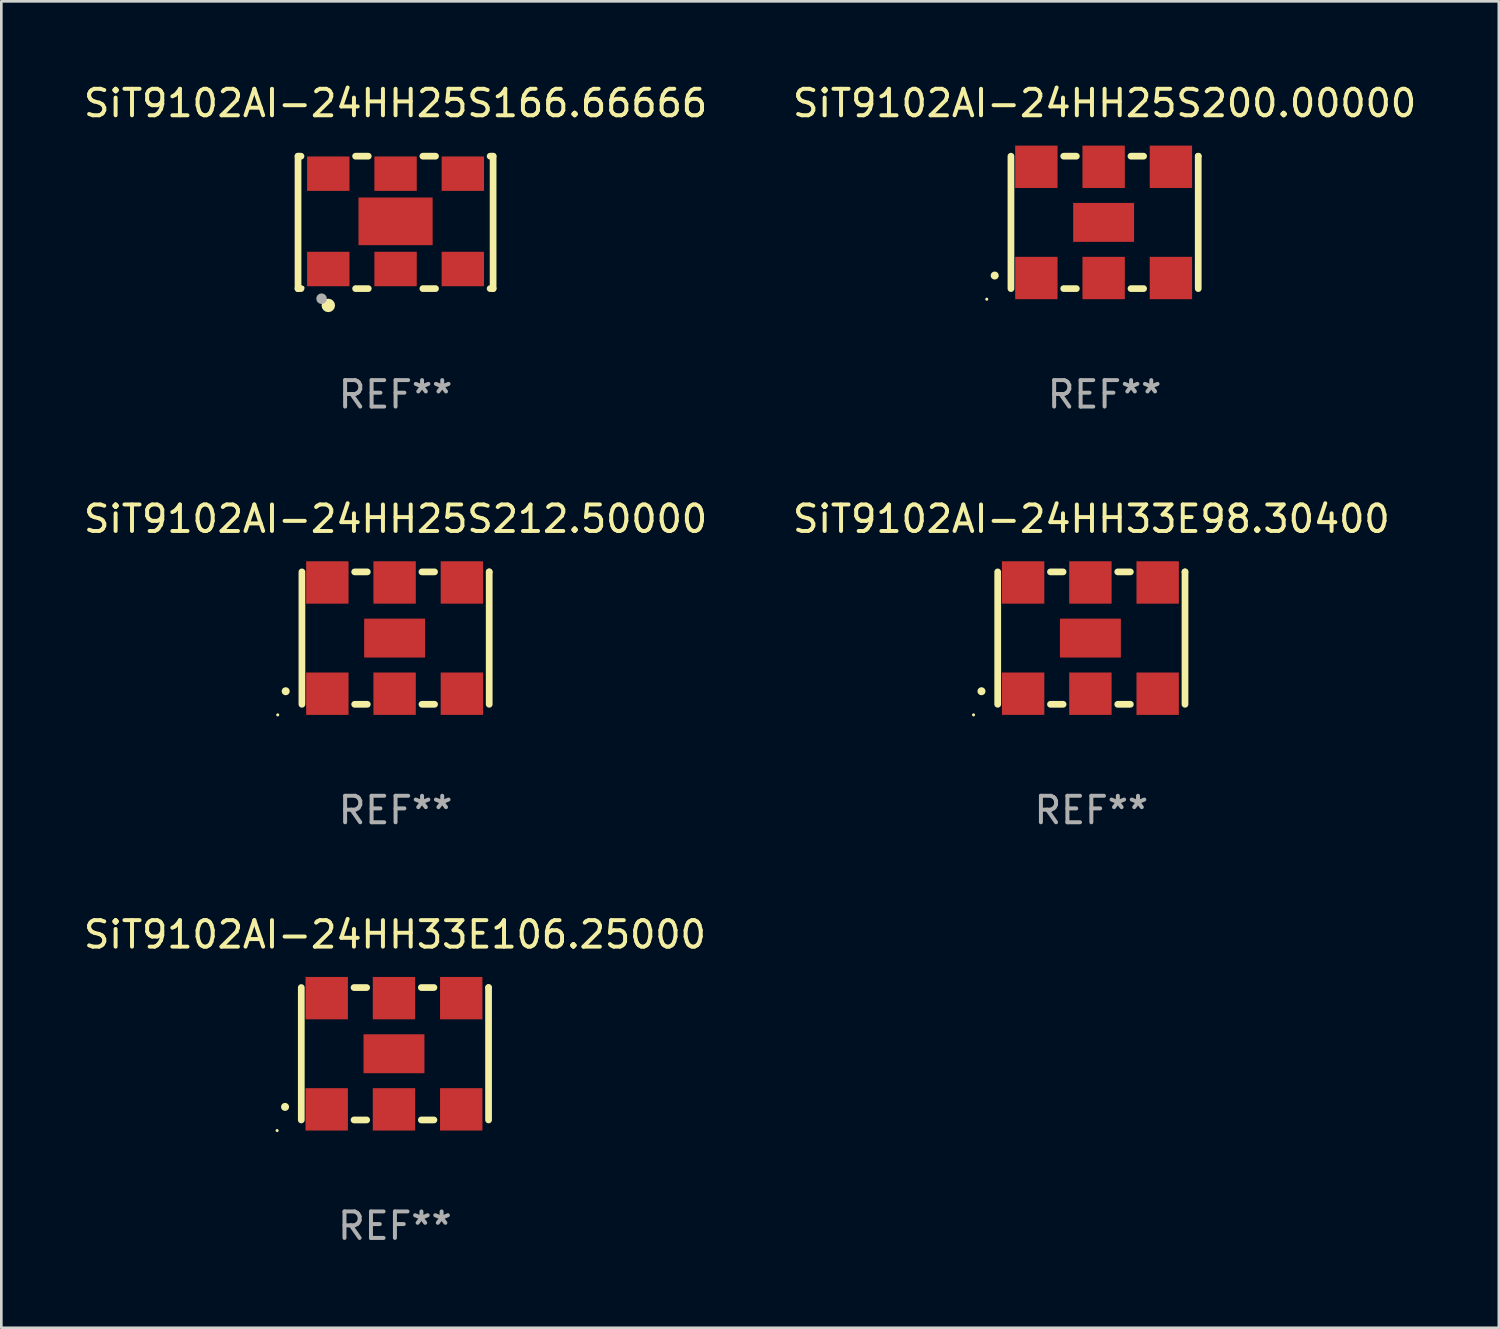
<source format=kicad_pcb>
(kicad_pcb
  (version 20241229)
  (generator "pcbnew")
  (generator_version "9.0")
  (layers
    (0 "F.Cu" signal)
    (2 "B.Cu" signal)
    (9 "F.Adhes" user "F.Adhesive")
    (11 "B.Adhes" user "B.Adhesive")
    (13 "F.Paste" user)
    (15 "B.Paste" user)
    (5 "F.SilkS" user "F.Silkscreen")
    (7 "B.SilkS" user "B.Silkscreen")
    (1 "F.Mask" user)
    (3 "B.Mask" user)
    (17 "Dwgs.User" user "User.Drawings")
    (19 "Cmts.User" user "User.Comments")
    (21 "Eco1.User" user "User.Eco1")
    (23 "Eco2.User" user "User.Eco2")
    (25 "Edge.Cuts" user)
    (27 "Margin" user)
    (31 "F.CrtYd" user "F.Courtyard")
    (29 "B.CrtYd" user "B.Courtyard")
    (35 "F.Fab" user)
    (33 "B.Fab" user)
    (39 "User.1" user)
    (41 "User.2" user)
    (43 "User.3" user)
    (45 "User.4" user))
  (footprint "SiT9102AI-24HH33E106.25000"
    (layer "F.Cu")
    (at 11.863 36.741)
    (property "Reference" "SiT9102AI-24HH33E106.25000" (at 0 -4.5 0) (layer "F.SilkS") (effects (font (size 1 1) (thickness 0.15))))
    (attr through_hole)
    (fp_line (start -3.536 -2.5) (end -3.536 2.5) (stroke (width 0.254) (type solid)) (layer "F.SilkS"))
    (fp_line (start -1.544 2.5) (end -1.067 2.5) (stroke (width 0.254) (type solid)) (layer "F.SilkS"))
    (fp_line (start -1.067 -2.5) (end -1.544 -2.5) (stroke (width 0.254) (type solid)) (layer "F.SilkS"))
    (fp_line (start 0.996 2.5) (end 1.473 2.5) (stroke (width 0.254) (type solid)) (layer "F.SilkS"))
    (fp_line (start 1.473 -2.5) (end 0.996 -2.5) (stroke (width 0.254) (type solid)) (layer "F.SilkS"))
    (fp_line (start 3.536 -2.5) (end 3.536 -2.5) (stroke (width 0.254) (type solid)) (layer "F.SilkS"))
    (fp_line (start 3.536 2.5) (end 3.536 -2.5) (stroke (width 0.254) (type solid)) (layer "F.SilkS"))
    (fp_arc (start -4.150432 2.006604) (mid -4.149162 2.006599) (end -4.147892 2.006604) (stroke (width 0.3) (type solid)) (layer "F.SilkS"))
    (fp_circle (center -4.449 2.9) (end -4.419 2.9) (stroke (width 0.06) (type solid)) (fill no) (layer "F.SilkS"))
    (fp_text user "REF**" (at 0 6.5 0) (layer "F.Fab") (effects (font (size 1 1) (thickness 0.15))))
    (pad "1" smd rect (at -2.576 2.1) (size 1.6 1.6) (layers "F.Cu" "F.Mask" "F.Paste"))
    (pad "2" smd rect (at -0.036 2.1) (size 1.6 1.6) (layers "F.Cu" "F.Mask" "F.Paste"))
    (pad "3" smd rect (at 2.504 2.1) (size 1.6 1.6) (layers "F.Cu" "F.Mask" "F.Paste"))
    (pad "4" smd rect (at 2.504 -2.1) (size 1.6 1.6) (layers "F.Cu" "F.Mask" "F.Paste"))
    (pad "5" smd rect (at -0.036 -2.1) (size 1.6 1.6) (layers "F.Cu" "F.Mask" "F.Paste"))
    (pad "6" smd rect (at -2.576 -2.1) (size 1.6 1.6) (layers "F.Cu" "F.Mask" "F.Paste"))
    (pad "7" smd rect (at -0.036 0) (size 2.3 1.47) (layers "F.Cu" "F.Mask" "F.Paste")))
  (footprint "SiT9102AI-24HH25S212.50000"
    (layer "F.Cu")
    (at 11.887 21.045)
    (property "Reference" "SiT9102AI-24HH25S212.50000" (at 0 -4.5 0) (layer "F.SilkS") (effects (font (size 1 1) (thickness 0.15))))
    (attr through_hole)
    (fp_line (start -3.536 -2.5) (end -3.536 2.5) (stroke (width 0.254) (type solid)) (layer "F.SilkS"))
    (fp_line (start -1.544 2.5) (end -1.067 2.5) (stroke (width 0.254) (type solid)) (layer "F.SilkS"))
    (fp_line (start -1.067 -2.5) (end -1.544 -2.5) (stroke (width 0.254) (type solid)) (layer "F.SilkS"))
    (fp_line (start 0.996 2.5) (end 1.473 2.5) (stroke (width 0.254) (type solid)) (layer "F.SilkS"))
    (fp_line (start 1.473 -2.5) (end 0.996 -2.5) (stroke (width 0.254) (type solid)) (layer "F.SilkS"))
    (fp_line (start 3.536 -2.5) (end 3.536 -2.5) (stroke (width 0.254) (type solid)) (layer "F.SilkS"))
    (fp_line (start 3.536 2.5) (end 3.536 -2.5) (stroke (width 0.254) (type solid)) (layer "F.SilkS"))
    (fp_arc (start -4.150432 2.006604) (mid -4.149162 2.006599) (end -4.147892 2.006604) (stroke (width 0.3) (type solid)) (layer "F.SilkS"))
    (fp_circle (center -4.449 2.9) (end -4.419 2.9) (stroke (width 0.06) (type solid)) (fill no) (layer "F.SilkS"))
    (fp_text user "REF**" (at 0 6.5 0) (layer "F.Fab") (effects (font (size 1 1) (thickness 0.15))))
    (pad "1" smd rect (at -2.576 2.1) (size 1.6 1.6) (layers "F.Cu" "F.Mask" "F.Paste"))
    (pad "2" smd rect (at -0.036 2.1) (size 1.6 1.6) (layers "F.Cu" "F.Mask" "F.Paste"))
    (pad "3" smd rect (at 2.504 2.1) (size 1.6 1.6) (layers "F.Cu" "F.Mask" "F.Paste"))
    (pad "4" smd rect (at 2.504 -2.1) (size 1.6 1.6) (layers "F.Cu" "F.Mask" "F.Paste"))
    (pad "5" smd rect (at -0.036 -2.1) (size 1.6 1.6) (layers "F.Cu" "F.Mask" "F.Paste"))
    (pad "6" smd rect (at -2.576 -2.1) (size 1.6 1.6) (layers "F.Cu" "F.Mask" "F.Paste"))
    (pad "7" smd rect (at -0.036 0) (size 2.3 1.47) (layers "F.Cu" "F.Mask" "F.Paste")))
  (footprint "SiT9102AI-24HH33E98.30400"
    (layer "F.Cu")
    (at 38.161 21.045)
    (property "Reference" "SiT9102AI-24HH33E98.30400" (at 0 -4.5 0) (layer "F.SilkS") (effects (font (size 1 1) (thickness 0.15))))
    (attr through_hole)
    (fp_line (start -3.536 -2.5) (end -3.536 2.5) (stroke (width 0.254) (type solid)) (layer "F.SilkS"))
    (fp_line (start -1.544 2.5) (end -1.067 2.5) (stroke (width 0.254) (type solid)) (layer "F.SilkS"))
    (fp_line (start -1.067 -2.5) (end -1.544 -2.5) (stroke (width 0.254) (type solid)) (layer "F.SilkS"))
    (fp_line (start 0.996 2.5) (end 1.473 2.5) (stroke (width 0.254) (type solid)) (layer "F.SilkS"))
    (fp_line (start 1.473 -2.5) (end 0.996 -2.5) (stroke (width 0.254) (type solid)) (layer "F.SilkS"))
    (fp_line (start 3.536 -2.5) (end 3.536 -2.5) (stroke (width 0.254) (type solid)) (layer "F.SilkS"))
    (fp_line (start 3.536 2.5) (end 3.536 -2.5) (stroke (width 0.254) (type solid)) (layer "F.SilkS"))
    (fp_arc (start -4.150432 2.006604) (mid -4.149162 2.006599) (end -4.147892 2.006604) (stroke (width 0.3) (type solid)) (layer "F.SilkS"))
    (fp_circle (center -4.449 2.9) (end -4.419 2.9) (stroke (width 0.06) (type solid)) (fill no) (layer "F.SilkS"))
    (fp_text user "REF**" (at 0 6.5 0) (layer "F.Fab") (effects (font (size 1 1) (thickness 0.15))))
    (pad "1" smd rect (at -2.576 2.1) (size 1.6 1.6) (layers "F.Cu" "F.Mask" "F.Paste"))
    (pad "2" smd rect (at -0.036 2.1) (size 1.6 1.6) (layers "F.Cu" "F.Mask" "F.Paste"))
    (pad "3" smd rect (at 2.504 2.1) (size 1.6 1.6) (layers "F.Cu" "F.Mask" "F.Paste"))
    (pad "4" smd rect (at 2.504 -2.1) (size 1.6 1.6) (layers "F.Cu" "F.Mask" "F.Paste"))
    (pad "5" smd rect (at -0.036 -2.1) (size 1.6 1.6) (layers "F.Cu" "F.Mask" "F.Paste"))
    (pad "6" smd rect (at -2.576 -2.1) (size 1.6 1.6) (layers "F.Cu" "F.Mask" "F.Paste"))
    (pad "7" smd rect (at -0.036 0) (size 2.3 1.47) (layers "F.Cu" "F.Mask" "F.Paste")))
  (footprint "SiT9102AI-24HH25S200.00000"
    (layer "F.Cu")
    (at 38.661 5.348)
    (property "Reference" "SiT9102AI-24HH25S200.00000" (at 0 -4.5 0) (layer "F.SilkS") (effects (font (size 1 1) (thickness 0.15))))
    (attr through_hole)
    (fp_line (start -3.536 -2.5) (end -3.536 2.5) (stroke (width 0.254) (type solid)) (layer "F.SilkS"))
    (fp_line (start -1.544 2.5) (end -1.067 2.5) (stroke (width 0.254) (type solid)) (layer "F.SilkS"))
    (fp_line (start -1.067 -2.5) (end -1.544 -2.5) (stroke (width 0.254) (type solid)) (layer "F.SilkS"))
    (fp_line (start 0.996 2.5) (end 1.473 2.5) (stroke (width 0.254) (type solid)) (layer "F.SilkS"))
    (fp_line (start 1.473 -2.5) (end 0.996 -2.5) (stroke (width 0.254) (type solid)) (layer "F.SilkS"))
    (fp_line (start 3.536 -2.5) (end 3.536 -2.5) (stroke (width 0.254) (type solid)) (layer "F.SilkS"))
    (fp_line (start 3.536 2.5) (end 3.536 -2.5) (stroke (width 0.254) (type solid)) (layer "F.SilkS"))
    (fp_arc (start -4.150432 2.006604) (mid -4.149162 2.006599) (end -4.147892 2.006604) (stroke (width 0.3) (type solid)) (layer "F.SilkS"))
    (fp_circle (center -4.449 2.9) (end -4.419 2.9) (stroke (width 0.06) (type solid)) (fill no) (layer "F.SilkS"))
    (fp_text user "REF**" (at 0 6.5 0) (layer "F.Fab") (effects (font (size 1 1) (thickness 0.15))))
    (pad "1" smd rect (at -2.576 2.1) (size 1.6 1.6) (layers "F.Cu" "F.Mask" "F.Paste"))
    (pad "2" smd rect (at -0.036 2.1) (size 1.6 1.6) (layers "F.Cu" "F.Mask" "F.Paste"))
    (pad "3" smd rect (at 2.504 2.1) (size 1.6 1.6) (layers "F.Cu" "F.Mask" "F.Paste"))
    (pad "4" smd rect (at 2.504 -2.1) (size 1.6 1.6) (layers "F.Cu" "F.Mask" "F.Paste"))
    (pad "5" smd rect (at -0.036 -2.1) (size 1.6 1.6) (layers "F.Cu" "F.Mask" "F.Paste"))
    (pad "6" smd rect (at -2.576 -2.1) (size 1.6 1.6) (layers "F.Cu" "F.Mask" "F.Paste"))
    (pad "7" smd rect (at -0.036 0) (size 2.3 1.47) (layers "F.Cu" "F.Mask" "F.Paste")))
  (footprint "SiT9102AI-24HH25S166.66666"
    (layer "F.Cu")
    (at 11.887 5.348)
    (property "Reference" "SiT9102AI-24HH25S166.66666" (at 0 -4.5 0) (layer "F.SilkS") (effects (font (size 1 1) (thickness 0.15))))
    (attr through_hole)
    (fp_line (start -3.683 -2.5) (end -3.571 -2.5) (stroke (width 0.254) (type solid)) (layer "F.SilkS"))
    (fp_line (start -3.683 2.5) (end -3.683 -2.5) (stroke (width 0.254) (type solid)) (layer "F.SilkS"))
    (fp_line (start -3.683 2.5) (end -3.571 2.5) (stroke (width 0.254) (type solid)) (layer "F.SilkS"))
    (fp_line (start -1.509 -2.5) (end -1.031 -2.5) (stroke (width 0.254) (type solid)) (layer "F.SilkS"))
    (fp_line (start -1.509 2.5) (end -1.031 2.5) (stroke (width 0.254) (type solid)) (layer "F.SilkS"))
    (fp_line (start 1.031 -2.5) (end 1.509 -2.5) (stroke (width 0.254) (type solid)) (layer "F.SilkS"))
    (fp_line (start 1.031 2.5) (end 1.509 2.5) (stroke (width 0.254) (type solid)) (layer "F.SilkS"))
    (fp_line (start 3.571 -2.5) (end 3.683 -2.5) (stroke (width 0.254) (type solid)) (layer "F.SilkS"))
    (fp_line (start 3.571 2.5) (end 3.683 2.5) (stroke (width 0.254) (type solid)) (layer "F.SilkS"))
    (fp_line (start 3.683 2.5) (end 3.683 -2.5) (stroke (width 0.254) (type solid)) (layer "F.SilkS"))
    (fp_circle (center -3.5 2.46) (end -3.47 2.46) (stroke (width 0.06) (type solid)) (fill no) (layer "F.SilkS"))
    (fp_circle (center -2.54 3.135) (end -2.413 3.135) (stroke (width 0.254) (type solid)) (fill no) (layer "F.SilkS"))
    (fp_circle (center -2.794 2.881) (end -2.694 2.881) (stroke (width 0.2) (type solid)) (fill no) (layer "F.Fab"))
    (fp_text user "REF**" (at 0 6.5 0) (layer "F.Fab") (effects (font (size 1 1) (thickness 0.15))))
    (pad "1" smd rect (at -2.54 1.76) (size 1.6 1.3) (layers "F.Cu" "F.Mask" "F.Paste"))
    (pad "2" smd rect (at 0 1.76) (size 1.6 1.3) (layers "F.Cu" "F.Mask" "F.Paste"))
    (pad "3" smd rect (at 2.54 1.76) (size 1.6 1.3) (layers "F.Cu" "F.Mask" "F.Paste"))
    (pad "4" smd rect (at 2.54 -1.84) (size 1.6 1.3) (layers "F.Cu" "F.Mask" "F.Paste"))
    (pad "5" smd rect (at 0 -1.84) (size 1.6 1.3) (layers "F.Cu" "F.Mask" "F.Paste"))
    (pad "6" smd rect (at -2.54 -1.84) (size 1.6 1.3) (layers "F.Cu" "F.Mask" "F.Paste"))
    (pad "7" smd rect (at 0 -0.04) (size 2.8 1.8) (layers "F.Cu" "F.Mask" "F.Paste")))
  (gr_rect
    (start -3 -3)
    (end 53.548 47.09)
    (stroke (width 0.1) (type default))
    (fill no)
    (layer "Edge.Cuts")))
</source>
